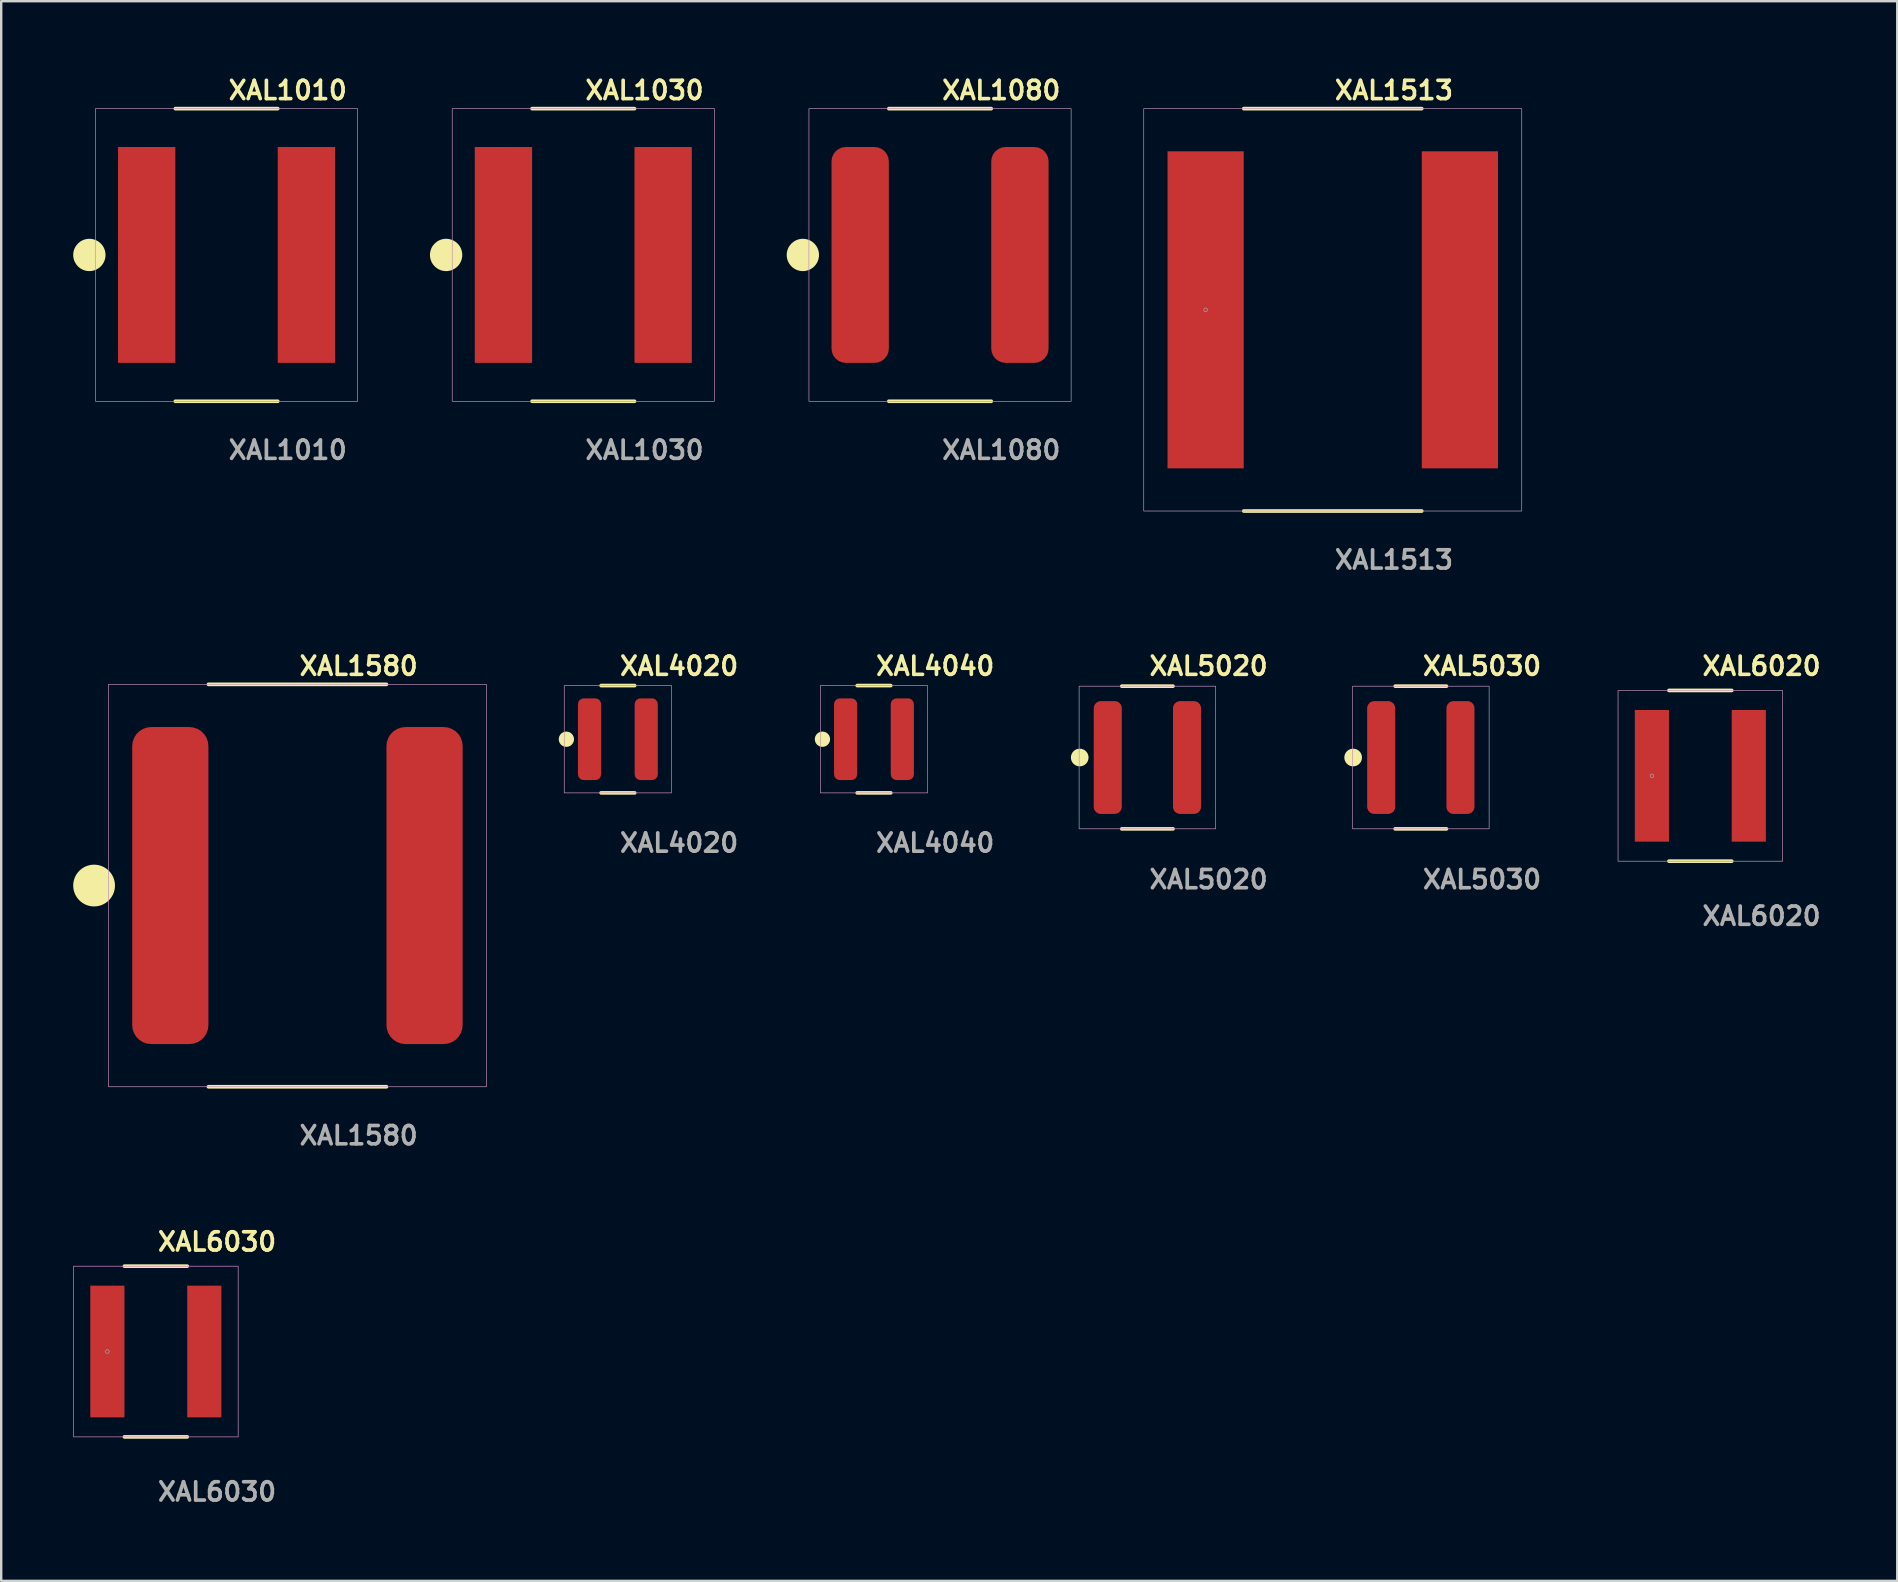
<source format=kicad_pcb>
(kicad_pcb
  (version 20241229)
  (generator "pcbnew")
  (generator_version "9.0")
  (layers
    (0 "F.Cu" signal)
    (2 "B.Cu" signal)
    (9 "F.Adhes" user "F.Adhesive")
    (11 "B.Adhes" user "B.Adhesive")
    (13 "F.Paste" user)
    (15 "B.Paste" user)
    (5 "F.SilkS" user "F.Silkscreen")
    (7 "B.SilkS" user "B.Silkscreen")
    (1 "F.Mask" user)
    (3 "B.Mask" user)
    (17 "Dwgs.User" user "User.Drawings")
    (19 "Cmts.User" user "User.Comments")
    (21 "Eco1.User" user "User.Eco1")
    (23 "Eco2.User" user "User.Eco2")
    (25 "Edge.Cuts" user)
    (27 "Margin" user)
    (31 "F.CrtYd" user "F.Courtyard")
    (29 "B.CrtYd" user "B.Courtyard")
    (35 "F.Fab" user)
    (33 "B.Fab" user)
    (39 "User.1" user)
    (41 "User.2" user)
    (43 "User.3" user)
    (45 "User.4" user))
  (footprint "XAL1030"
    (layer "F.Cu")
    (at 21.25 7.571)
    (property "Reference" "XAL1030" (at 0 -6.858 0) (unlocked yes) (layer "F.SilkS") (effects (font (size 0.762 0.762) (thickness 0.152)) (justify left)))
    (fp_line (start 2.134 -6.096) (end -2.134 -6.096) (stroke (width 0.152) (type solid)) (layer "F.SilkS"))
    (fp_line (start 2.134 6.096) (end -2.134 6.096) (stroke (width 0.152) (type solid)) (layer "F.SilkS"))
    (fp_circle (center -5.715 0) (end -6.312 0) (stroke (width 0.152) (type solid)) (fill yes) (layer "F.SilkS"))
    (fp_rect (start -5.461 -6.096) (end 5.461 6.096) (stroke (width 0.006) (type solid)) (fill no) (layer "F.CrtYd"))
    (fp_rect (start -5.461 -6.096) (end 5.461 6.096) (stroke (width 0.025) (type default)) (fill no) (layer "F.Fab"))
    (fp_text user "${REFERENCE}" (at 0 8.128 0) (unlocked yes) (layer "F.Fab") (effects (font (size 0.762 0.762) (thickness 0.152)) (justify left)))
    (pad "1" smd rect (at -3.327 0) (size 2.388 8.992) (layers "F.Cu" "F.Mask" "F.Paste"))
    (pad "2" smd rect (at 3.327 0) (size 2.388 8.992) (layers "F.Cu" "F.Mask" "F.Paste")))
  (footprint "XAL5020"
    (layer "F.Cu")
    (at 44.75 28.508)
    (property "Reference" "XAL5020" (at 0 -3.81 0) (unlocked yes) (layer "F.SilkS") (effects (font (size 0.762 0.762) (thickness 0.152)) (justify left)))
    (fp_line (start 1.067 -2.972) (end -1.067 -2.972) (stroke (width 0.152) (type solid)) (layer "F.SilkS"))
    (fp_line (start 1.067 2.972) (end -1.067 2.972) (stroke (width 0.152) (type solid)) (layer "F.SilkS"))
    (fp_circle (center -2.819 0) (end -3.111 0) (stroke (width 0.152) (type solid)) (fill yes) (layer "F.SilkS"))
    (fp_rect (start -2.845 -2.972) (end 2.845 2.972) (stroke (width 0.006) (type solid)) (fill no) (layer "F.CrtYd"))
    (fp_rect (start -2.845 -2.972) (end 2.845 2.972) (stroke (width 0.025) (type default)) (fill no) (layer "F.Fab"))
    (fp_text user "${REFERENCE}" (at 0 5.08 0) (unlocked yes) (layer "F.Fab") (effects (font (size 0.762 0.762) (thickness 0.152)) (justify left)))
    (pad "1" smd roundrect (at -1.651 0) (size 1.168 4.699) (layers "F.Cu" "F.Mask" "F.Paste") (roundrect_rratio 0.25))
    (pad "2" smd roundrect (at 1.651 0) (size 1.168 4.699) (layers "F.Cu" "F.Mask" "F.Paste") (roundrect_rratio 0.25)))
  (footprint "XAL1513"
    (layer "F.Cu")
    (at 52.472 9.857)
    (property "Reference" "XAL1513" (at 0 -9.144 0) (unlocked yes) (layer "F.SilkS") (effects (font (size 0.762 0.762) (thickness 0.152)) (justify left)))
    (fp_line (start 3.708 -8.382) (end -3.708 -8.382) (stroke (width 0.152) (type solid)) (layer "F.SilkS"))
    (fp_line (start 3.708 8.382) (end -3.708 8.382) (stroke (width 0.152) (type solid)) (layer "F.SilkS"))
    (fp_rect (start -7.874 -8.382) (end 7.874 8.382) (stroke (width 0.006) (type solid)) (fill no) (layer "F.CrtYd"))
    (fp_rect (start -7.874 -8.382) (end 7.874 8.382) (stroke (width 0.025) (type default)) (fill no) (layer "F.Fab"))
    (fp_circle (center -5.296 0) (end -5.22 0) (stroke (width 0.025) (type solid)) (fill no) (layer "F.Fab"))
    (fp_text user "${REFERENCE}" (at 0 10.414 0) (unlocked yes) (layer "F.Fab") (effects (font (size 0.762 0.762) (thickness 0.152)) (justify left)))
    (pad "1" smd rect (at -5.296 0) (size 3.175 13.208) (layers "F.Cu" "F.Mask" "F.Paste"))
    (pad "2" smd rect (at 5.296 0) (size 3.175 13.208) (layers "F.Cu" "F.Mask" "F.Paste")))
  (footprint "XAL1010"
    (layer "F.Cu")
    (at 6.388 7.571)
    (property "Reference" "XAL1010" (at 0 -6.858 0) (unlocked yes) (layer "F.SilkS") (effects (font (size 0.762 0.762) (thickness 0.152)) (justify left)))
    (fp_line (start 2.134 -6.096) (end -2.134 -6.096) (stroke (width 0.152) (type solid)) (layer "F.SilkS"))
    (fp_line (start 2.134 6.096) (end -2.134 6.096) (stroke (width 0.152) (type solid)) (layer "F.SilkS"))
    (fp_circle (center -5.715 0) (end -6.312 0) (stroke (width 0.152) (type solid)) (fill yes) (layer "F.SilkS"))
    (fp_rect (start -5.461 -6.096) (end 5.461 6.096) (stroke (width 0.006) (type solid)) (fill no) (layer "F.CrtYd"))
    (fp_rect (start -5.461 -6.096) (end 5.461 6.096) (stroke (width 0.025) (type default)) (fill no) (layer "F.Fab"))
    (fp_text user "${REFERENCE}" (at 0 8.128 0) (unlocked yes) (layer "F.Fab") (effects (font (size 0.762 0.762) (thickness 0.152)) (justify left)))
    (pad "1" smd rect (at -3.327 0) (size 2.388 8.992) (layers "F.Cu" "F.Mask" "F.Paste"))
    (pad "2" smd rect (at 3.327 0) (size 2.388 8.992) (layers "F.Cu" "F.Mask" "F.Paste")))
  (footprint "XAL4020"
    (layer "F.Cu")
    (at 22.691 27.746)
    (property "Reference" "XAL4020" (at 0 -3.048 0) (unlocked yes) (layer "F.SilkS") (effects (font (size 0.762 0.762) (thickness 0.152)) (justify left)))
    (fp_line (start 0.699 -2.235) (end -0.699 -2.235) (stroke (width 0.152) (type solid)) (layer "F.SilkS"))
    (fp_line (start 0.699 2.235) (end -0.699 2.235) (stroke (width 0.152) (type solid)) (layer "F.SilkS"))
    (fp_circle (center -2.146 0) (end -2.388 0) (stroke (width 0.152) (type solid)) (fill yes) (layer "F.SilkS"))
    (fp_rect (start -2.235 -2.235) (end 2.235 2.235) (stroke (width 0.006) (type solid)) (fill no) (layer "F.CrtYd"))
    (fp_rect (start -2.235 -2.235) (end 2.235 2.235) (stroke (width 0.025) (type default)) (fill no) (layer "F.Fab"))
    (fp_text user "${REFERENCE}" (at 0 4.318 0) (unlocked yes) (layer "F.Fab") (effects (font (size 0.762 0.762) (thickness 0.152)) (justify left)))
    (pad "1" smd roundrect (at -1.181 0) (size 0.965 3.404) (layers "F.Cu" "F.Mask" "F.Paste") (roundrect_rratio 0.25))
    (pad "2" smd roundrect (at 1.181 0) (size 0.965 3.404) (layers "F.Cu" "F.Mask" "F.Paste") (roundrect_rratio 0.25)))
  (footprint "XAL6020"
    (layer "F.Cu")
    (at 67.786 29.27)
    (property "Reference" "XAL6020" (at 0 -4.572 0) (unlocked yes) (layer "F.SilkS") (effects (font (size 0.762 0.762) (thickness 0.152)) (justify left)))
    (fp_line (start 1.308 -3.556) (end -1.308 -3.556) (stroke (width 0.152) (type solid)) (layer "F.SilkS"))
    (fp_line (start 1.308 3.556) (end -1.308 3.556) (stroke (width 0.152) (type solid)) (layer "F.SilkS"))
    (fp_rect (start -3.429 -3.556) (end 3.429 3.556) (stroke (width 0.006) (type solid)) (fill no) (layer "F.CrtYd"))
    (fp_rect (start -3.429 -3.556) (end 3.429 3.556) (stroke (width 0.025) (type default)) (fill no) (layer "F.Fab"))
    (fp_circle (center -2.019 0) (end -1.943 0) (stroke (width 0.025) (type solid)) (fill no) (layer "F.Fab"))
    (fp_text user "${REFERENCE}" (at 0 5.842 0) (unlocked yes) (layer "F.Fab") (effects (font (size 0.762 0.762) (thickness 0.152)) (justify left)))
    (pad "1" smd rect (at -2.019 0) (size 1.422 5.486) (layers "F.Cu" "F.Mask" "F.Paste"))
    (pad "2" smd rect (at 2.019 0) (size 1.422 5.486) (layers "F.Cu" "F.Mask" "F.Paste")))
  (footprint "XAL1080"
    (layer "F.Cu")
    (at 36.112 7.571)
    (property "Reference" "XAL1080" (at 0 -6.858 0) (unlocked yes) (layer "F.SilkS") (effects (font (size 0.762 0.762) (thickness 0.152)) (justify left)))
    (fp_line (start 2.134 -6.096) (end -2.134 -6.096) (stroke (width 0.152) (type solid)) (layer "F.SilkS"))
    (fp_line (start 2.134 6.096) (end -2.134 6.096) (stroke (width 0.152) (type solid)) (layer "F.SilkS"))
    (fp_circle (center -5.715 0) (end -6.312 0) (stroke (width 0.152) (type solid)) (fill yes) (layer "F.SilkS"))
    (fp_rect (start -5.461 -6.096) (end 5.461 6.096) (stroke (width 0.006) (type solid)) (fill no) (layer "F.CrtYd"))
    (fp_rect (start -5.461 -6.096) (end 5.461 6.096) (stroke (width 0.025) (type default)) (fill no) (layer "F.Fab"))
    (fp_text user "${REFERENCE}" (at 0 8.128 0) (unlocked yes) (layer "F.Fab") (effects (font (size 0.762 0.762) (thickness 0.152)) (justify left)))
    (pad "1" smd roundrect (at -3.327 0) (size 2.388 8.992) (layers "F.Cu" "F.Mask" "F.Paste") (roundrect_rratio 0.25))
    (pad "2" smd roundrect (at 3.327 0) (size 2.388 8.992) (layers "F.Cu" "F.Mask" "F.Paste") (roundrect_rratio 0.25)))
  (footprint "XAL6030"
    (layer "F.Cu")
    (at 3.442 53.254)
    (property "Reference" "XAL6030" (at 0 -4.572 0) (unlocked yes) (layer "F.SilkS") (effects (font (size 0.762 0.762) (thickness 0.152)) (justify left)))
    (fp_line (start 1.308 -3.556) (end -1.308 -3.556) (stroke (width 0.152) (type solid)) (layer "F.SilkS"))
    (fp_line (start 1.308 3.556) (end -1.308 3.556) (stroke (width 0.152) (type solid)) (layer "F.SilkS"))
    (fp_rect (start -3.429 -3.556) (end 3.429 3.556) (stroke (width 0.006) (type solid)) (fill no) (layer "F.CrtYd"))
    (fp_rect (start -3.429 -3.556) (end 3.429 3.556) (stroke (width 0.025) (type default)) (fill no) (layer "F.Fab"))
    (fp_circle (center -2.019 0) (end -1.943 0) (stroke (width 0.025) (type solid)) (fill no) (layer "F.Fab"))
    (fp_text user "${REFERENCE}" (at 0 5.842 0) (unlocked yes) (layer "F.Fab") (effects (font (size 0.762 0.762) (thickness 0.152)) (justify left)))
    (pad "1" smd rect (at -2.019 0) (size 1.422 5.486) (layers "F.Cu" "F.Mask" "F.Paste"))
    (pad "2" smd rect (at 2.019 0) (size 1.422 5.486) (layers "F.Cu" "F.Mask" "F.Paste")))
  (footprint "XAL5030"
    (layer "F.Cu")
    (at 56.141 28.508)
    (property "Reference" "XAL5030" (at 0 -3.81 0) (unlocked yes) (layer "F.SilkS") (effects (font (size 0.762 0.762) (thickness 0.152)) (justify left)))
    (fp_line (start 1.067 -2.972) (end -1.067 -2.972) (stroke (width 0.152) (type solid)) (layer "F.SilkS"))
    (fp_line (start 1.067 2.972) (end -1.067 2.972) (stroke (width 0.152) (type solid)) (layer "F.SilkS"))
    (fp_circle (center -2.819 0) (end -3.111 0) (stroke (width 0.152) (type solid)) (fill yes) (layer "F.SilkS"))
    (fp_rect (start -2.845 -2.972) (end 2.845 2.972) (stroke (width 0.006) (type solid)) (fill no) (layer "F.CrtYd"))
    (fp_rect (start -2.845 -2.972) (end 2.845 2.972) (stroke (width 0.025) (type default)) (fill no) (layer "F.Fab"))
    (fp_text user "${REFERENCE}" (at 0 5.08 0) (unlocked yes) (layer "F.Fab") (effects (font (size 0.762 0.762) (thickness 0.152)) (justify left)))
    (pad "1" smd roundrect (at -1.651 0) (size 1.168 4.699) (layers "F.Cu" "F.Mask" "F.Paste") (roundrect_rratio 0.25))
    (pad "2" smd roundrect (at 1.651 0) (size 1.168 4.699) (layers "F.Cu" "F.Mask" "F.Paste") (roundrect_rratio 0.25)))
  (footprint "XAL4040"
    (layer "F.Cu")
    (at 33.359 27.746)
    (property "Reference" "XAL4040" (at 0 -3.048 0) (unlocked yes) (layer "F.SilkS") (effects (font (size 0.762 0.762) (thickness 0.152)) (justify left)))
    (fp_line (start 0.699 -2.235) (end -0.699 -2.235) (stroke (width 0.152) (type solid)) (layer "F.SilkS"))
    (fp_line (start 0.699 2.235) (end -0.699 2.235) (stroke (width 0.152) (type solid)) (layer "F.SilkS"))
    (fp_circle (center -2.146 0) (end -2.388 0) (stroke (width 0.152) (type solid)) (fill yes) (layer "F.SilkS"))
    (fp_rect (start -2.235 -2.235) (end 2.235 2.235) (stroke (width 0.006) (type solid)) (fill no) (layer "F.CrtYd"))
    (fp_rect (start -2.235 -2.235) (end 2.235 2.235) (stroke (width 0.025) (type default)) (fill no) (layer "F.Fab"))
    (fp_text user "${REFERENCE}" (at 0 4.318 0) (unlocked yes) (layer "F.Fab") (effects (font (size 0.762 0.762) (thickness 0.152)) (justify left)))
    (pad "1" smd roundrect (at -1.181 0) (size 0.965 3.404) (layers "F.Cu" "F.Mask" "F.Paste") (roundrect_rratio 0.25))
    (pad "2" smd roundrect (at 1.181 0) (size 0.965 3.404) (layers "F.Cu" "F.Mask" "F.Paste") (roundrect_rratio 0.25)))
  (footprint "XAL1580"
    (layer "F.Cu")
    (at 9.341 33.842)
    (property "Reference" "XAL1580" (at 0 -9.144 0) (unlocked yes) (layer "F.SilkS") (effects (font (size 0.762 0.762) (thickness 0.152)) (justify left)))
    (fp_line (start 3.708 -8.382) (end -3.708 -8.382) (stroke (width 0.152) (type solid)) (layer "F.SilkS"))
    (fp_line (start 3.708 8.382) (end -3.708 8.382) (stroke (width 0.152) (type solid)) (layer "F.SilkS"))
    (fp_circle (center -8.471 0) (end -9.265 0) (stroke (width 0.152) (type solid)) (fill yes) (layer "F.SilkS"))
    (fp_rect (start -7.874 -8.382) (end 7.874 8.382) (stroke (width 0.006) (type solid)) (fill no) (layer "F.CrtYd"))
    (fp_rect (start -7.874 -8.382) (end 7.874 8.382) (stroke (width 0.025) (type default)) (fill no) (layer "F.Fab"))
    (fp_text user "${REFERENCE}" (at 0 10.414 0) (unlocked yes) (layer "F.Fab") (effects (font (size 0.762 0.762) (thickness 0.152)) (justify left)))
    (pad "1" smd roundrect (at -5.296 0) (size 3.175 13.208) (layers "F.Cu" "F.Mask" "F.Paste") (roundrect_rratio 0.25))
    (pad "2" smd roundrect (at 5.296 0) (size 3.175 13.208) (layers "F.Cu" "F.Mask" "F.Paste") (roundrect_rratio 0.25)))
  (gr_rect
    (start -3 -3)
    (end 75.989 62.809)
    (stroke (width 0.1) (type default))
    (fill no)
    (layer "Edge.Cuts")))
</source>
